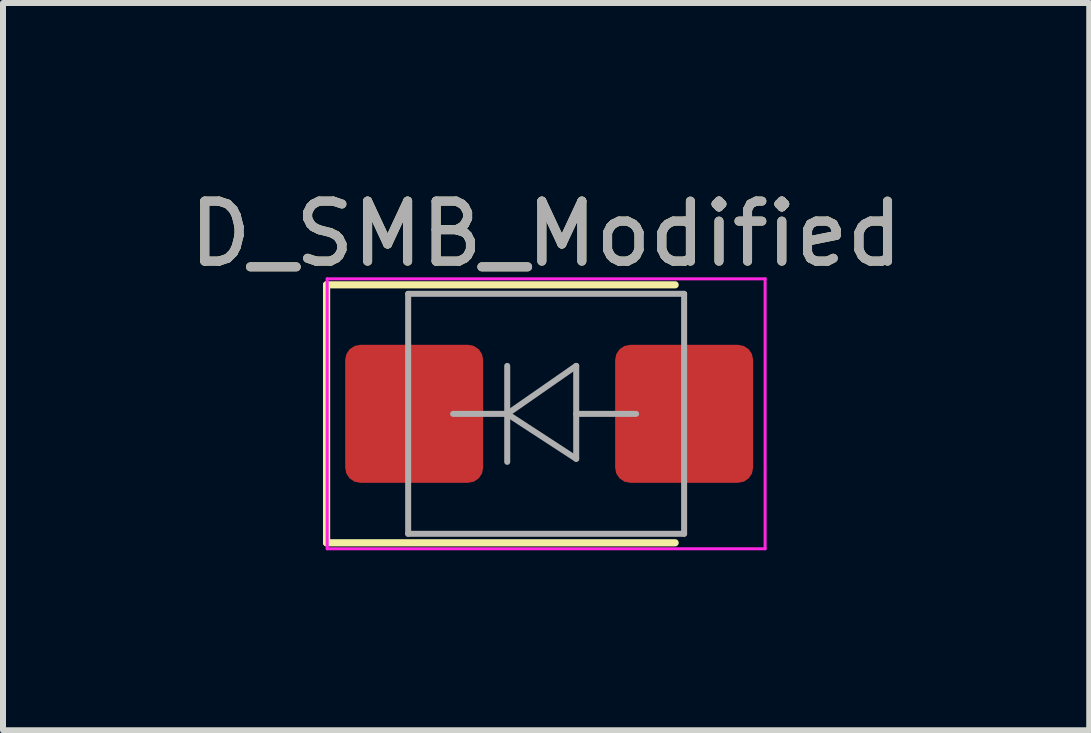
<source format=kicad_pcb>
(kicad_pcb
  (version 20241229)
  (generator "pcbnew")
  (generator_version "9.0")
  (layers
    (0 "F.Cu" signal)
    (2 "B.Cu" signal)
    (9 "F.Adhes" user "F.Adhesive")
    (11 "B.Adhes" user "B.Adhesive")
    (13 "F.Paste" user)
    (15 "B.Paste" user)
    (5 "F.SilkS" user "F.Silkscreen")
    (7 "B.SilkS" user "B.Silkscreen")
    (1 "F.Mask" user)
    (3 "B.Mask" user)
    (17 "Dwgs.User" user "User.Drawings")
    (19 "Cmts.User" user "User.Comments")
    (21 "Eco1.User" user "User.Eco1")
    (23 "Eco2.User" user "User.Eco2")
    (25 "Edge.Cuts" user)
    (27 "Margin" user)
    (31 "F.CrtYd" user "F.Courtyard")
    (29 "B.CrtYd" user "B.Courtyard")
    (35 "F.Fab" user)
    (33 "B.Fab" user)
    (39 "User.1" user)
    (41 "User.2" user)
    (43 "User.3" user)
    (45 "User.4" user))
  (footprint "D_SMB_Modified"
    (layer "F.Cu")
    (at 6.054 3.848)
    (property "Reference" "D_SMB_Modified" (at 0 -3 0) (layer "F.SilkS") (effects (font (size 1 1) (thickness 0.15))))
    (attr smd)
    (fp_line (start -3.66 -2.15) (end -3.66 2.15) (stroke (width 0.12) (type solid)) (layer "F.SilkS"))
    (fp_line (start -3.66 -2.15) (end 2.15 -2.15) (stroke (width 0.12) (type solid)) (layer "F.SilkS"))
    (fp_line (start -3.66 2.15) (end 2.15 2.15) (stroke (width 0.12) (type solid)) (layer "F.SilkS"))
    (fp_line (start -3.65 -2.25) (end 3.65 -2.25) (stroke (width 0.05) (type solid)) (layer "F.CrtYd"))
    (fp_line (start -3.65 2.25) (end -3.65 -2.25) (stroke (width 0.05) (type solid)) (layer "F.CrtYd"))
    (fp_line (start 3.65 -2.25) (end 3.65 2.25) (stroke (width 0.05) (type solid)) (layer "F.CrtYd"))
    (fp_line (start 3.65 2.25) (end -3.65 2.25) (stroke (width 0.05) (type solid)) (layer "F.CrtYd"))
    (fp_line (start -2.3 2) (end -2.3 -2) (stroke (width 0.1) (type solid)) (layer "F.Fab"))
    (fp_line (start -0.649 -0.799) (end -0.649 0.801) (stroke (width 0.1) (type solid)) (layer "F.Fab"))
    (fp_line (start -0.649 0.001) (end -1.551 0.001) (stroke (width 0.1) (type solid)) (layer "F.Fab"))
    (fp_line (start -0.649 0.001) (end 0.501 -0.799) (stroke (width 0.1) (type solid)) (layer "F.Fab"))
    (fp_line (start -0.649 0.001) (end 0.501 0.75) (stroke (width 0.1) (type solid)) (layer "F.Fab"))
    (fp_line (start 0.501 0.001) (end 1.499 0.001) (stroke (width 0.1) (type solid)) (layer "F.Fab"))
    (fp_line (start 0.501 0.75) (end 0.501 -0.799) (stroke (width 0.1) (type solid)) (layer "F.Fab"))
    (fp_line (start 2.3 -2) (end -2.3 -2) (stroke (width 0.1) (type solid)) (layer "F.Fab"))
    (fp_line (start 2.3 -2) (end 2.3 2) (stroke (width 0.1) (type solid)) (layer "F.Fab"))
    (fp_line (start 2.3 2) (end -2.3 2) (stroke (width 0.1) (type solid)) (layer "F.Fab"))
    (fp_text user "${REFERENCE}" (at 0 -3 0) (layer "F.Fab") (effects (font (size 1 1) (thickness 0.15))))
    (pad "1" smd roundrect (at -2.2 0) (size 2.3 2.3) (layers "F.Cu" "F.Mask" "F.Paste") (roundrect_rratio 0.109))
    (pad "2" smd roundrect (at 2.3 0) (size 2.3 2.3) (layers "F.Cu" "F.Mask" "F.Paste") (roundrect_rratio 0.109)))
  (gr_rect
    (start -3 -3)
    (end 15.107 9.123)
    (stroke (width 0.1) (type default))
    (fill no)
    (layer "Edge.Cuts")))
</source>
